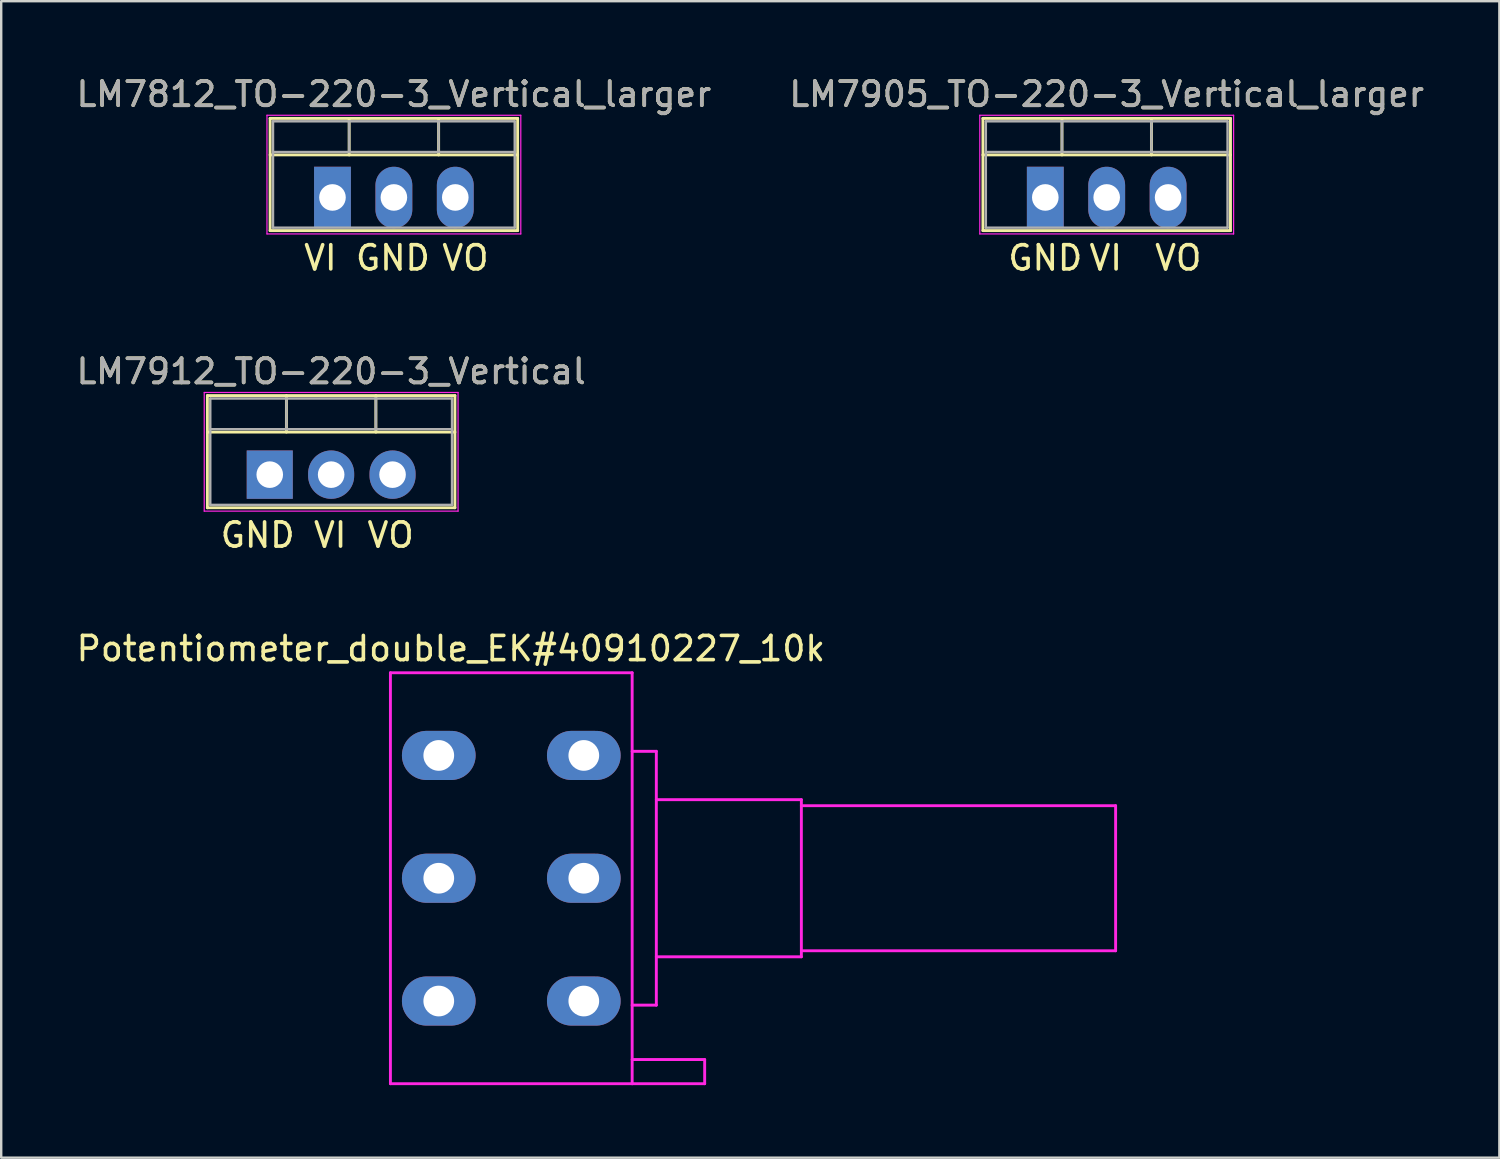
<source format=kicad_pcb>
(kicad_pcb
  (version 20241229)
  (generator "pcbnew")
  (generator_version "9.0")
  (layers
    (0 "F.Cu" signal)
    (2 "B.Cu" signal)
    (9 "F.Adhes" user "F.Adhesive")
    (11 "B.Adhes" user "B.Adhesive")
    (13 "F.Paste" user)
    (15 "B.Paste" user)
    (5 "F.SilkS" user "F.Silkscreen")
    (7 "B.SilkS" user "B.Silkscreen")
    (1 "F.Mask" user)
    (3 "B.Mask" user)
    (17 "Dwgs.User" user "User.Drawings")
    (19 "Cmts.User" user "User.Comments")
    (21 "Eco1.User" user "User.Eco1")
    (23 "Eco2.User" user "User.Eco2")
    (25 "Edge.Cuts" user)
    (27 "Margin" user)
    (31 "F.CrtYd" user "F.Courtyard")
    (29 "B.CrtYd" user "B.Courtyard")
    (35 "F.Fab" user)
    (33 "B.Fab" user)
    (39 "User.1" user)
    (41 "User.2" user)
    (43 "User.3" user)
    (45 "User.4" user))
  (footprint "LM7912_TO-220-3_Vertical"
    (layer "F.Cu")
    (at 8.109 16.585)
    (property "Reference" "LM7912_TO-220-3_Vertical" (at 2.54 -4.27 0) (layer "F.SilkS") (effects (font (size 1 1) (thickness 0.15))))
    (attr through_hole)
    (fp_line (start -2.58 -3.27) (end -2.58 1.371) (stroke (width 0.12) (type solid)) (layer "F.SilkS"))
    (fp_line (start -2.58 -3.27) (end 7.66 -3.27) (stroke (width 0.12) (type solid)) (layer "F.SilkS"))
    (fp_line (start -2.58 -1.76) (end 7.66 -1.76) (stroke (width 0.12) (type solid)) (layer "F.SilkS"))
    (fp_line (start -2.58 1.371) (end 7.66 1.371) (stroke (width 0.12) (type solid)) (layer "F.SilkS"))
    (fp_line (start 0.69 -3.27) (end 0.69 -1.76) (stroke (width 0.12) (type solid)) (layer "F.SilkS"))
    (fp_line (start 4.391 -3.27) (end 4.391 -1.76) (stroke (width 0.12) (type solid)) (layer "F.SilkS"))
    (fp_line (start 7.66 -3.27) (end 7.66 1.371) (stroke (width 0.12) (type solid)) (layer "F.SilkS"))
    (fp_line (start -2.71 -3.4) (end -2.71 1.51) (stroke (width 0.05) (type solid)) (layer "F.CrtYd"))
    (fp_line (start -2.71 1.51) (end 7.79 1.51) (stroke (width 0.05) (type solid)) (layer "F.CrtYd"))
    (fp_line (start 7.79 -3.4) (end -2.71 -3.4) (stroke (width 0.05) (type solid)) (layer "F.CrtYd"))
    (fp_line (start 7.79 1.51) (end 7.79 -3.4) (stroke (width 0.05) (type solid)) (layer "F.CrtYd"))
    (fp_line (start -2.46 -3.15) (end -2.46 1.25) (stroke (width 0.1) (type solid)) (layer "F.Fab"))
    (fp_line (start -2.46 -1.88) (end 7.54 -1.88) (stroke (width 0.1) (type solid)) (layer "F.Fab"))
    (fp_line (start -2.46 1.25) (end 7.54 1.25) (stroke (width 0.1) (type solid)) (layer "F.Fab"))
    (fp_line (start 0.69 -3.15) (end 0.69 -1.88) (stroke (width 0.1) (type solid)) (layer "F.Fab"))
    (fp_line (start 4.39 -3.15) (end 4.39 -1.88) (stroke (width 0.1) (type solid)) (layer "F.Fab"))
    (fp_line (start 7.54 -3.15) (end -2.46 -3.15) (stroke (width 0.1) (type solid)) (layer "F.Fab"))
    (fp_line (start 7.54 1.25) (end 7.54 -3.15) (stroke (width 0.1) (type solid)) (layer "F.Fab"))
    (fp_text user "VO" (at 5 2.5 0) (layer "F.SilkS") (effects (font (size 1 1) (thickness 0.15))))
    (fp_text user "VI" (at 2.5 2.5 0) (layer "F.SilkS") (effects (font (size 1 1) (thickness 0.15))))
    (fp_text user "GND" (at -0.5 2.5 0) (layer "F.SilkS") (effects (font (size 1 1) (thickness 0.15))))
    (fp_text user "${REFERENCE}" (at 2.54 -4.27 0) (layer "F.Fab") (effects (font (size 1 1) (thickness 0.15))))
    (pad "1" thru_hole rect (at 0 0) (size 1.905 2) (drill 1.1) (layers "*.Cu" "*.Mask"))
    (pad "2" thru_hole oval (at 2.54 0) (size 1.905 2) (drill 1.1) (layers "*.Cu" "*.Mask"))
    (pad "3" thru_hole oval (at 5.08 0) (size 1.905 2) (drill 1.1) (layers "*.Cu" "*.Mask")))
  (footprint "Potentiometer_double_EK#40910227_10k"
    (layer "F.Cu")
    (at 21.101 38.361)
    (property "Reference" "Potentiometer_double_EK#40910227_10k" (at -5.5 -14.58 0) (layer "F.SilkS") (effects (font (size 1 1) (thickness 0.15))))
    (attr through_hole)
    (fp_line (start -8 -13.58) (end 2 -13.58) (stroke (width 0.12) (type solid)) (layer "F.CrtYd"))
    (fp_line (start -8 3.42) (end -8 -13.58) (stroke (width 0.12) (type solid)) (layer "F.CrtYd"))
    (fp_line (start 2 -13.58) (end 2 3.42) (stroke (width 0.12) (type solid)) (layer "F.CrtYd"))
    (fp_line (start 2 -10.33) (end 3 -10.33) (stroke (width 0.12) (type solid)) (layer "F.CrtYd"))
    (fp_line (start 2 3.42) (end -8 3.42) (stroke (width 0.12) (type solid)) (layer "F.CrtYd"))
    (fp_line (start 2 3.42) (end 5 3.42) (stroke (width 0.12) (type solid)) (layer "F.CrtYd"))
    (fp_line (start 3 -10.33) (end 3 0.17) (stroke (width 0.12) (type solid)) (layer "F.CrtYd"))
    (fp_line (start 3 -8.33) (end 9 -8.33) (stroke (width 0.12) (type solid)) (layer "F.CrtYd"))
    (fp_line (start 3 0.17) (end 2 0.17) (stroke (width 0.12) (type solid)) (layer "F.CrtYd"))
    (fp_line (start 5 2.42) (end 2 2.42) (stroke (width 0.12) (type solid)) (layer "F.CrtYd"))
    (fp_line (start 5 3.42) (end 5 2.42) (stroke (width 0.12) (type solid)) (layer "F.CrtYd"))
    (fp_line (start 9 -8.33) (end 9 -1.83) (stroke (width 0.12) (type solid)) (layer "F.CrtYd"))
    (fp_line (start 9 -8.08) (end 22 -8.08) (stroke (width 0.12) (type solid)) (layer "F.CrtYd"))
    (fp_line (start 9 -1.83) (end 3 -1.83) (stroke (width 0.12) (type solid)) (layer "F.CrtYd"))
    (fp_line (start 22 -8.08) (end 22 -2.08) (stroke (width 0.12) (type solid)) (layer "F.CrtYd"))
    (fp_line (start 22 -2.08) (end 9 -2.08) (stroke (width 0.12) (type solid)) (layer "F.CrtYd"))
    (pad "1" thru_hole oval (at 0 0) (size 3.048 2.032) (drill 1.27) (layers "*.Cu" "*.Mask"))
    (pad "2" thru_hole oval (at 0 -5.08) (size 3.048 2.032) (drill 1.27) (layers "*.Cu" "*.Mask"))
    (pad "3" thru_hole oval (at 0 -10.16) (size 3.048 2.032) (drill 1.27) (layers "*.Cu" "*.Mask"))
    (pad "4" thru_hole oval (at -6 0) (size 3.048 2.032) (drill 1.27) (layers "*.Cu" "*.Mask"))
    (pad "5" thru_hole oval (at -6 -5.08) (size 3.048 2.032) (drill 1.27) (layers "*.Cu" "*.Mask"))
    (pad "6" thru_hole oval (at -6 -10.16) (size 3.048 2.032) (drill 1.27) (layers "*.Cu" "*.Mask")))
  (footprint "LM7905_TO-220-3_Vertical_larger"
    (layer "F.Cu")
    (at 40.192 5.118)
    (property "Reference" "LM7905_TO-220-3_Vertical_larger" (at 2.54 -4.27 0) (layer "F.SilkS") (effects (font (size 1 1) (thickness 0.15))))
    (attr through_hole)
    (fp_line (start -2.58 -3.27) (end -2.58 1.371) (stroke (width 0.12) (type solid)) (layer "F.SilkS"))
    (fp_line (start -2.58 -3.27) (end 7.66 -3.27) (stroke (width 0.12) (type solid)) (layer "F.SilkS"))
    (fp_line (start -2.58 -1.76) (end 7.66 -1.76) (stroke (width 0.12) (type solid)) (layer "F.SilkS"))
    (fp_line (start -2.58 1.371) (end 7.66 1.371) (stroke (width 0.12) (type solid)) (layer "F.SilkS"))
    (fp_line (start 0.69 -3.27) (end 0.69 -1.76) (stroke (width 0.12) (type solid)) (layer "F.SilkS"))
    (fp_line (start 4.391 -3.27) (end 4.391 -1.76) (stroke (width 0.12) (type solid)) (layer "F.SilkS"))
    (fp_line (start 7.66 -3.27) (end 7.66 1.371) (stroke (width 0.12) (type solid)) (layer "F.SilkS"))
    (fp_line (start -2.71 -3.4) (end -2.71 1.51) (stroke (width 0.05) (type solid)) (layer "F.CrtYd"))
    (fp_line (start -2.71 1.51) (end 7.79 1.51) (stroke (width 0.05) (type solid)) (layer "F.CrtYd"))
    (fp_line (start 7.79 -3.4) (end -2.71 -3.4) (stroke (width 0.05) (type solid)) (layer "F.CrtYd"))
    (fp_line (start 7.79 1.51) (end 7.79 -3.4) (stroke (width 0.05) (type solid)) (layer "F.CrtYd"))
    (fp_line (start -2.46 -3.15) (end -2.46 1.25) (stroke (width 0.1) (type solid)) (layer "F.Fab"))
    (fp_line (start -2.46 -1.88) (end 7.54 -1.88) (stroke (width 0.1) (type solid)) (layer "F.Fab"))
    (fp_line (start -2.46 1.25) (end 7.54 1.25) (stroke (width 0.1) (type solid)) (layer "F.Fab"))
    (fp_line (start 0.69 -3.15) (end 0.69 -1.88) (stroke (width 0.1) (type solid)) (layer "F.Fab"))
    (fp_line (start 4.39 -3.15) (end 4.39 -1.88) (stroke (width 0.1) (type solid)) (layer "F.Fab"))
    (fp_line (start 7.54 -3.15) (end -2.46 -3.15) (stroke (width 0.1) (type solid)) (layer "F.Fab"))
    (fp_line (start 7.54 1.25) (end 7.54 -3.15) (stroke (width 0.1) (type solid)) (layer "F.Fab"))
    (fp_text user "GND" (at 0 2.5 0) (layer "F.SilkS") (effects (font (size 1 1) (thickness 0.15))))
    (fp_text user "VI" (at 2.5 2.5 0) (layer "F.SilkS") (effects (font (size 1 1) (thickness 0.15))))
    (fp_text user "VO" (at 5.5 2.5 0) (layer "F.SilkS") (effects (font (size 1 1) (thickness 0.15))))
    (fp_text user "${REFERENCE}" (at 2.54 -4.27 0) (layer "F.Fab") (effects (font (size 1 1) (thickness 0.15))))
    (pad "1" thru_hole rect (at 0 0) (size 1.524 2.54) (drill 1.1) (layers "*.Cu" "*.Mask"))
    (pad "2" thru_hole oval (at 2.54 0) (size 1.524 2.54) (drill 1.1) (layers "*.Cu" "*.Mask"))
    (pad "3" thru_hole oval (at 5.08 0) (size 1.524 2.54) (drill 1.1) (layers "*.Cu" "*.Mask")))
  (footprint "LM7812_TO-220-3_Vertical_larger"
    (layer "F.Cu")
    (at 10.704 5.118)
    (property "Reference" "LM7812_TO-220-3_Vertical_larger" (at 2.54 -4.27 0) (layer "F.SilkS") (effects (font (size 1 1) (thickness 0.15))))
    (attr through_hole)
    (fp_line (start -2.58 -3.27) (end -2.58 1.371) (stroke (width 0.12) (type solid)) (layer "F.SilkS"))
    (fp_line (start -2.58 -3.27) (end 7.66 -3.27) (stroke (width 0.12) (type solid)) (layer "F.SilkS"))
    (fp_line (start -2.58 -1.76) (end 7.66 -1.76) (stroke (width 0.12) (type solid)) (layer "F.SilkS"))
    (fp_line (start -2.58 1.371) (end 7.66 1.371) (stroke (width 0.12) (type solid)) (layer "F.SilkS"))
    (fp_line (start 0.69 -3.27) (end 0.69 -1.76) (stroke (width 0.12) (type solid)) (layer "F.SilkS"))
    (fp_line (start 4.391 -3.27) (end 4.391 -1.76) (stroke (width 0.12) (type solid)) (layer "F.SilkS"))
    (fp_line (start 7.66 -3.27) (end 7.66 1.371) (stroke (width 0.12) (type solid)) (layer "F.SilkS"))
    (fp_line (start -2.71 -3.4) (end -2.71 1.51) (stroke (width 0.05) (type solid)) (layer "F.CrtYd"))
    (fp_line (start -2.71 1.51) (end 7.79 1.51) (stroke (width 0.05) (type solid)) (layer "F.CrtYd"))
    (fp_line (start 7.79 -3.4) (end -2.71 -3.4) (stroke (width 0.05) (type solid)) (layer "F.CrtYd"))
    (fp_line (start 7.79 1.51) (end 7.79 -3.4) (stroke (width 0.05) (type solid)) (layer "F.CrtYd"))
    (fp_line (start -2.46 -3.15) (end -2.46 1.25) (stroke (width 0.1) (type solid)) (layer "F.Fab"))
    (fp_line (start -2.46 -1.88) (end 7.54 -1.88) (stroke (width 0.1) (type solid)) (layer "F.Fab"))
    (fp_line (start -2.46 1.25) (end 7.54 1.25) (stroke (width 0.1) (type solid)) (layer "F.Fab"))
    (fp_line (start 0.69 -3.15) (end 0.69 -1.88) (stroke (width 0.1) (type solid)) (layer "F.Fab"))
    (fp_line (start 4.39 -3.15) (end 4.39 -1.88) (stroke (width 0.1) (type solid)) (layer "F.Fab"))
    (fp_line (start 7.54 -3.15) (end -2.46 -3.15) (stroke (width 0.1) (type solid)) (layer "F.Fab"))
    (fp_line (start 7.54 1.25) (end 7.54 -3.15) (stroke (width 0.1) (type solid)) (layer "F.Fab"))
    (fp_text user "VO" (at 5.5 2.5 0) (layer "F.SilkS") (effects (font (size 1 1) (thickness 0.15))))
    (fp_text user "GND" (at 2.5 2.5 0) (layer "F.SilkS") (effects (font (size 1 1) (thickness 0.15))))
    (fp_text user "VI" (at -0.5 2.5 0) (layer "F.SilkS") (effects (font (size 1 1) (thickness 0.15))))
    (fp_text user "${REFERENCE}" (at 2.54 -4.27 0) (layer "F.Fab") (effects (font (size 1 1) (thickness 0.15))))
    (pad "1" thru_hole rect (at 0 0) (size 1.524 2.54) (drill 1.1) (layers "*.Cu" "*.Mask"))
    (pad "2" thru_hole oval (at 2.54 0) (size 1.524 2.54) (drill 1.1) (layers "*.Cu" "*.Mask"))
    (pad "3" thru_hole oval (at 5.08 0) (size 1.524 2.54) (drill 1.1) (layers "*.Cu" "*.Mask")))
  (gr_rect
    (start -3 -3)
    (end 58.976 44.841)
    (stroke (width 0.1) (type default))
    (fill no)
    (layer "Edge.Cuts")))
</source>
